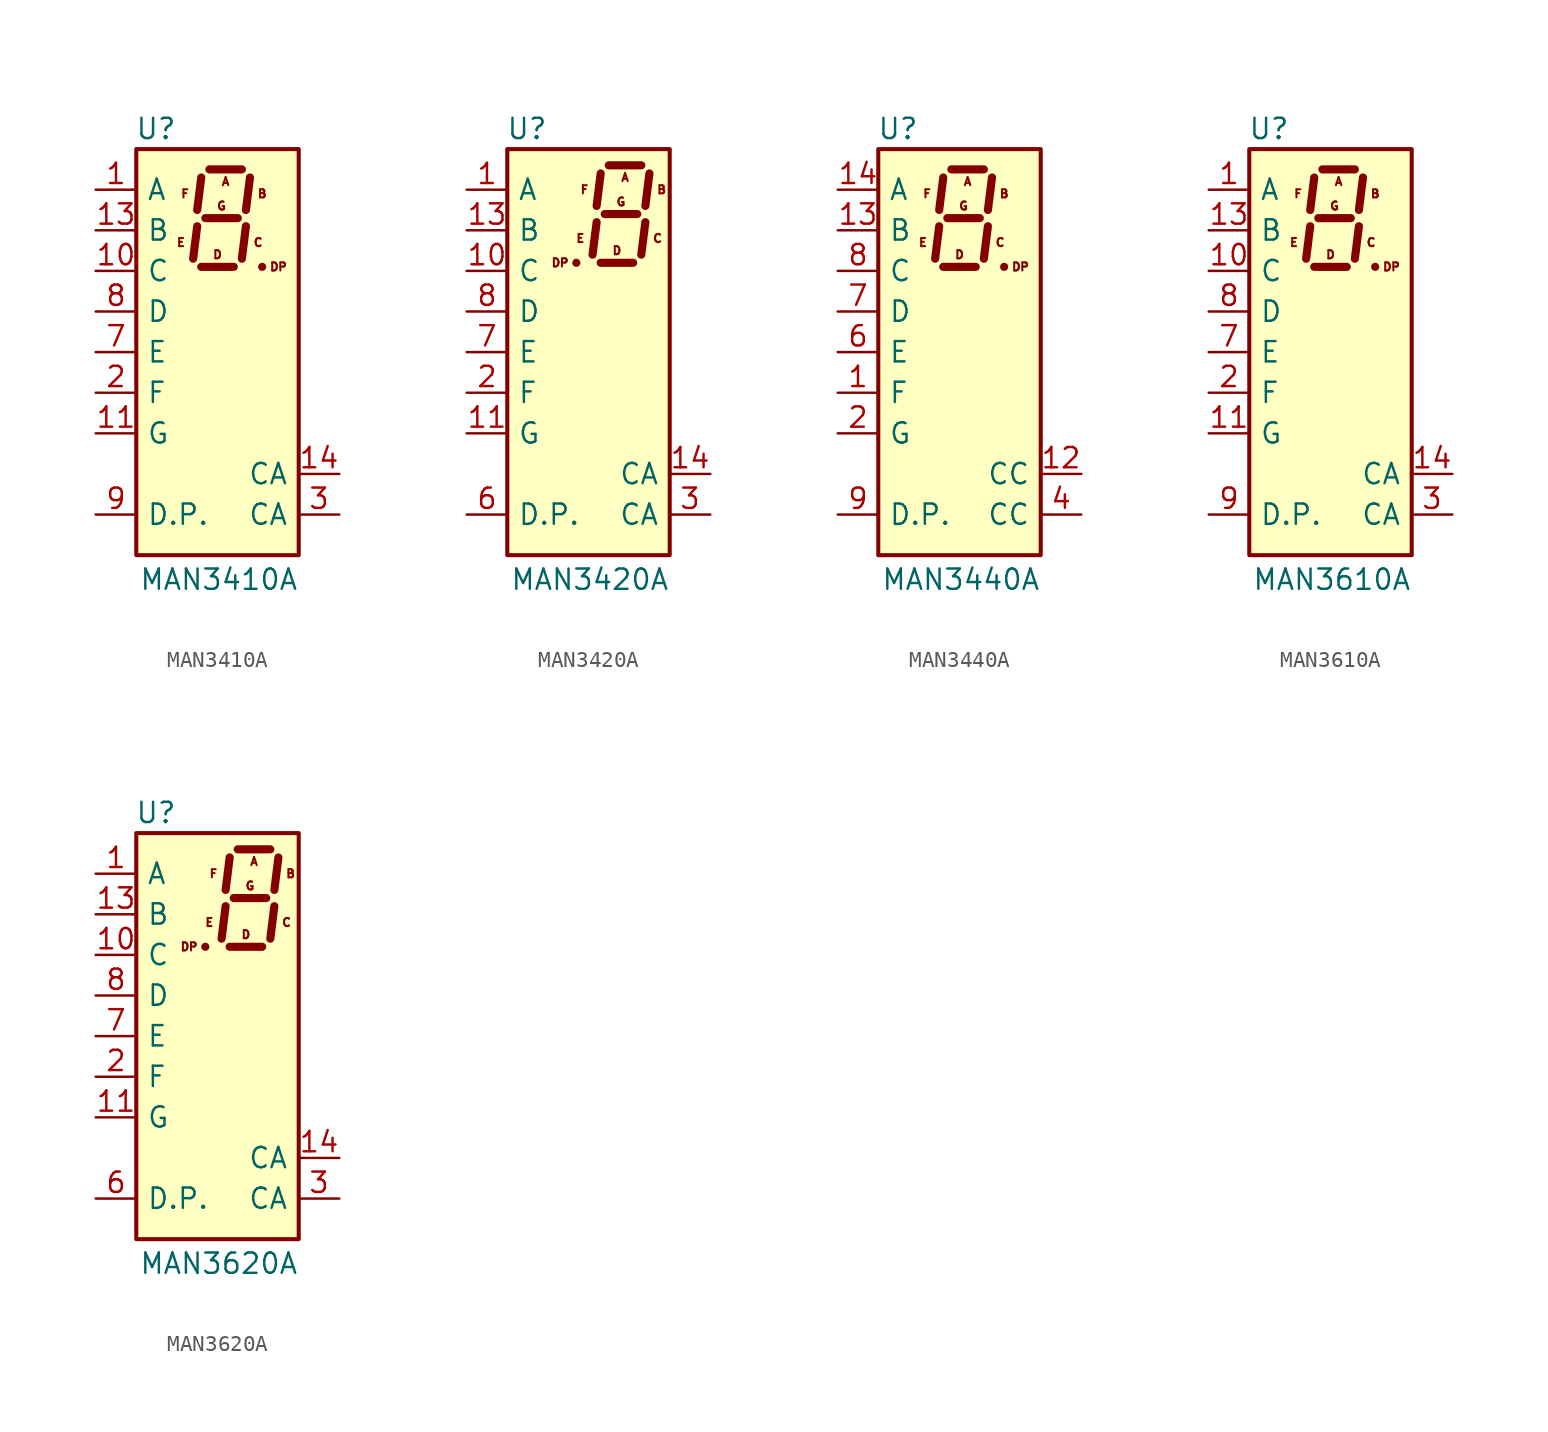
<source format=kicad_sym>
(kicad_symbol_lib
  (version 20200908)
  (generator kicad_symbol_editor)
  (symbol "Display_Character:MAN3410A"
    (pin_names
      (offset 0.635))
    (property "Reference" "U"
      (at -2.54 13.97 0)
      (effects (font (size 1.27 1.27)) (justify right)))
    (property "Value" "MAN3410A"
      (at 5.08 -14.224 0)
      (effects (font (size 1.27 1.27)) (justify right)))
    (symbol "MAN3410A_0_0"
      (text "A" (at 0.508 10.668 0) (effects (font (size 0.508 0.508))))
      (text "B" (at 2.794 9.906 0) (effects (font (size 0.508 0.508))))
      (text "C" (at 2.54 6.858 0) (effects (font (size 0.508 0.508))))
      (text "D" (at 0 6.096 0) (effects (font (size 0.508 0.508))))
      (text "DP" (at 3.81 5.334 0) (effects (font (size 0.508 0.508))))
      (text "E" (at -2.286 6.858 0) (effects (font (size 0.508 0.508))))
      (text "F" (at -2.032 9.906 0) (effects (font (size 0.508 0.508))))
      (text "G" (at 0.254 9.144 0) (effects (font (size 0.508 0.508)))))
    (symbol "MAN3410A_0_1"
      (rectangle (start -5.08 12.7) (end 5.08 -12.7) (stroke (width 0.254)) (fill (type background)))
      (polyline (pts (xy -1.27 7.874) (xy -1.524 5.842)) (stroke (width 0.508)) (fill (type none)))
      (polyline (pts (xy -1.016 5.334) (xy 1.016 5.334)) (stroke (width 0.508)) (fill (type none)))
      (polyline (pts (xy -1.016 10.922) (xy -1.27 8.89)) (stroke (width 0.508)) (fill (type none)))
      (polyline (pts (xy -0.762 8.382) (xy 1.27 8.382)) (stroke (width 0.508)) (fill (type none)))
      (polyline (pts (xy -0.508 11.43) (xy 1.524 11.43)) (stroke (width 0.508)) (fill (type none)))
      (polyline (pts (xy 1.778 7.874) (xy 1.524 5.842)) (stroke (width 0.508)) (fill (type none)))
      (polyline (pts (xy 2.032 10.922) (xy 1.778 8.89)) (stroke (width 0.508)) (fill (type none)))
      (polyline (pts (xy 2.794 5.334) (xy 2.794 5.334)) (stroke (width 0.508)) (fill (type none))))
    (symbol "MAN3410A_1_1"
      (pin input line (at -7.62 10.16 0) (length 2.54) (name "A" (effects (font (size 1.27 1.27)))) (number "1" (effects (font (size 1.27 1.27)))))
      (pin input line (at -7.62 5.08 0) (length 2.54) (name "C" (effects (font (size 1.27 1.27)))) (number "10" (effects (font (size 1.27 1.27)))))
      (pin input line (at -7.62 -5.08 0) (length 2.54) (name "G" (effects (font (size 1.27 1.27)))) (number "11" (effects (font (size 1.27 1.27)))))
      (pin unconnected line (at 7.62 -5.08 180) (length 2.54) hide (name "NC" (effects (font (size 1.27 1.27)))) (number "12" (effects (font (size 1.27 1.27)))))
      (pin input line (at -7.62 7.62 0) (length 2.54) (name "B" (effects (font (size 1.27 1.27)))) (number "13" (effects (font (size 1.27 1.27)))))
      (pin input line (at 7.62 -7.62 180) (length 2.54) (name "CA" (effects (font (size 1.27 1.27)))) (number "14" (effects (font (size 1.27 1.27)))))
      (pin input line (at -7.62 -2.54 0) (length 2.54) (name "F" (effects (font (size 1.27 1.27)))) (number "2" (effects (font (size 1.27 1.27)))))
      (pin input line (at 7.62 -10.16 180) (length 2.54) (name "CA" (effects (font (size 1.27 1.27)))) (number "3" (effects (font (size 1.27 1.27)))))
      (pin unconnected line (at 7.62 2.54 180) (length 2.54) hide (name "NC" (effects (font (size 1.27 1.27)))) (number "4" (effects (font (size 1.27 1.27)))))
      (pin unconnected line (at 7.62 0 180) (length 2.54) hide (name "NC" (effects (font (size 1.27 1.27)))) (number "5" (effects (font (size 1.27 1.27)))))
      (pin unconnected line (at 7.62 -2.54 180) (length 2.54) hide (name "NC" (effects (font (size 1.27 1.27)))) (number "6" (effects (font (size 1.27 1.27)))))
      (pin input line (at -7.62 0 0) (length 2.54) (name "E" (effects (font (size 1.27 1.27)))) (number "7" (effects (font (size 1.27 1.27)))))
      (pin input line (at -7.62 2.54 0) (length 2.54) (name "D" (effects (font (size 1.27 1.27)))) (number "8" (effects (font (size 1.27 1.27)))))
      (pin input line (at -7.62 -10.16 0) (length 2.54) (name "D.P." (effects (font (size 1.27 1.27)))) (number "9" (effects (font (size 1.27 1.27)))))))
  (symbol "Display_Character:MAN3420A"
    (pin_names
      (offset 0.635))
    (property "Reference" "U"
      (at -2.54 13.97 0)
      (effects (font (size 1.27 1.27)) (justify right)))
    (property "Value" "MAN3420A"
      (at 5.08 -14.224 0)
      (effects (font (size 1.27 1.27)) (justify right)))
    (symbol "MAN3420A_0_0"
      (text "A" (at 2.286 10.922 0) (effects (font (size 0.508 0.508))))
      (text "B" (at 4.572 10.16 0) (effects (font (size 0.508 0.508))))
      (text "C" (at 4.318 7.112 0) (effects (font (size 0.508 0.508))))
      (text "D" (at 1.778 6.35 0) (effects (font (size 0.508 0.508))))
      (text "DP" (at -1.778 5.588 0) (effects (font (size 0.508 0.508))))
      (text "E" (at -0.508 7.112 0) (effects (font (size 0.508 0.508))))
      (text "F" (at -0.254 10.16 0) (effects (font (size 0.508 0.508))))
      (text "G" (at 2.032 9.398 0) (effects (font (size 0.508 0.508)))))
    (symbol "MAN3420A_0_1"
      (rectangle (start -5.08 12.7) (end 5.08 -12.7) (stroke (width 0.254)) (fill (type background)))
      (polyline (pts (xy -0.762 5.588) (xy -0.762 5.588)) (stroke (width 0.508)) (fill (type none)))
      (polyline (pts (xy 0.508 8.128) (xy 0.254 6.096)) (stroke (width 0.508)) (fill (type none)))
      (polyline (pts (xy 0.762 5.588) (xy 2.794 5.588)) (stroke (width 0.508)) (fill (type none)))
      (polyline (pts (xy 0.762 11.176) (xy 0.508 9.144)) (stroke (width 0.508)) (fill (type none)))
      (polyline (pts (xy 1.016 8.636) (xy 3.048 8.636)) (stroke (width 0.508)) (fill (type none)))
      (polyline (pts (xy 1.27 11.684) (xy 3.302 11.684)) (stroke (width 0.508)) (fill (type none)))
      (polyline (pts (xy 3.556 8.128) (xy 3.302 6.096)) (stroke (width 0.508)) (fill (type none)))
      (polyline (pts (xy 3.81 11.176) (xy 3.556 9.144)) (stroke (width 0.508)) (fill (type none))))
    (symbol "MAN3420A_1_1"
      (pin input line (at -7.62 10.16 0) (length 2.54) (name "A" (effects (font (size 1.27 1.27)))) (number "1" (effects (font (size 1.27 1.27)))))
      (pin input line (at -7.62 5.08 0) (length 2.54) (name "C" (effects (font (size 1.27 1.27)))) (number "10" (effects (font (size 1.27 1.27)))))
      (pin input line (at -7.62 -5.08 0) (length 2.54) (name "G" (effects (font (size 1.27 1.27)))) (number "11" (effects (font (size 1.27 1.27)))))
      (pin unconnected line (at 7.62 -5.08 180) (length 2.54) hide (name "NC" (effects (font (size 1.27 1.27)))) (number "12" (effects (font (size 1.27 1.27)))))
      (pin input line (at -7.62 7.62 0) (length 2.54) (name "B" (effects (font (size 1.27 1.27)))) (number "13" (effects (font (size 1.27 1.27)))))
      (pin input line (at 7.62 -7.62 180) (length 2.54) (name "CA" (effects (font (size 1.27 1.27)))) (number "14" (effects (font (size 1.27 1.27)))))
      (pin input line (at -7.62 -2.54 0) (length 2.54) (name "F" (effects (font (size 1.27 1.27)))) (number "2" (effects (font (size 1.27 1.27)))))
      (pin input line (at 7.62 -10.16 180) (length 2.54) (name "CA" (effects (font (size 1.27 1.27)))) (number "3" (effects (font (size 1.27 1.27)))))
      (pin unconnected line (at 7.62 2.54 180) (length 2.54) hide (name "NC" (effects (font (size 1.27 1.27)))) (number "4" (effects (font (size 1.27 1.27)))))
      (pin unconnected line (at 7.62 0 180) (length 2.54) hide (name "NC" (effects (font (size 1.27 1.27)))) (number "5" (effects (font (size 1.27 1.27)))))
      (pin input line (at -7.62 -10.16 0) (length 2.54) (name "D.P." (effects (font (size 1.27 1.27)))) (number "6" (effects (font (size 1.27 1.27)))))
      (pin input line (at -7.62 0 0) (length 2.54) (name "E" (effects (font (size 1.27 1.27)))) (number "7" (effects (font (size 1.27 1.27)))))
      (pin input line (at -7.62 2.54 0) (length 2.54) (name "D" (effects (font (size 1.27 1.27)))) (number "8" (effects (font (size 1.27 1.27)))))
      (pin unconnected line (at 7.62 -2.54 180) (length 2.54) hide (name "NC" (effects (font (size 1.27 1.27)))) (number "9" (effects (font (size 1.27 1.27)))))))
  (symbol "Display_Character:MAN3440A"
    (pin_names
      (offset 0.635))
    (property "Reference" "U"
      (at -2.54 13.97 0)
      (effects (font (size 1.27 1.27)) (justify right)))
    (property "Value" "MAN3440A"
      (at 5.08 -14.224 0)
      (effects (font (size 1.27 1.27)) (justify right)))
    (symbol "MAN3440A_0_0"
      (text "A" (at 0.508 10.668 0) (effects (font (size 0.508 0.508))))
      (text "B" (at 2.794 9.906 0) (effects (font (size 0.508 0.508))))
      (text "C" (at 2.54 6.858 0) (effects (font (size 0.508 0.508))))
      (text "D" (at 0 6.096 0) (effects (font (size 0.508 0.508))))
      (text "DP" (at 3.81 5.334 0) (effects (font (size 0.508 0.508))))
      (text "E" (at -2.286 6.858 0) (effects (font (size 0.508 0.508))))
      (text "F" (at -2.032 9.906 0) (effects (font (size 0.508 0.508))))
      (text "G" (at 0.254 9.144 0) (effects (font (size 0.508 0.508)))))
    (symbol "MAN3440A_0_1"
      (rectangle (start -5.08 12.7) (end 5.08 -12.7) (stroke (width 0.254)) (fill (type background)))
      (polyline (pts (xy -1.27 7.874) (xy -1.524 5.842)) (stroke (width 0.508)) (fill (type none)))
      (polyline (pts (xy -1.016 5.334) (xy 1.016 5.334)) (stroke (width 0.508)) (fill (type none)))
      (polyline (pts (xy -1.016 10.922) (xy -1.27 8.89)) (stroke (width 0.508)) (fill (type none)))
      (polyline (pts (xy -0.762 8.382) (xy 1.27 8.382)) (stroke (width 0.508)) (fill (type none)))
      (polyline (pts (xy -0.508 11.43) (xy 1.524 11.43)) (stroke (width 0.508)) (fill (type none)))
      (polyline (pts (xy 1.778 7.874) (xy 1.524 5.842)) (stroke (width 0.508)) (fill (type none)))
      (polyline (pts (xy 2.032 10.922) (xy 1.778 8.89)) (stroke (width 0.508)) (fill (type none)))
      (polyline (pts (xy 2.794 5.334) (xy 2.794 5.334)) (stroke (width 0.508)) (fill (type none))))
    (symbol "MAN3440A_1_1"
      (pin input line (at -7.62 -2.54 0) (length 2.54) (name "F" (effects (font (size 1.27 1.27)))) (number "1" (effects (font (size 1.27 1.27)))))
      (pin unconnected line (at 7.62 -2.54 180) (length 2.54) hide (name "NC" (effects (font (size 1.27 1.27)))) (number "10" (effects (font (size 1.27 1.27)))))
      (pin unconnected line (at 7.62 -5.08 180) (length 2.54) hide (name "NC" (effects (font (size 1.27 1.27)))) (number "11" (effects (font (size 1.27 1.27)))))
      (pin input line (at 7.62 -7.62 180) (length 2.54) (name "CC" (effects (font (size 1.27 1.27)))) (number "12" (effects (font (size 1.27 1.27)))))
      (pin input line (at -7.62 7.62 0) (length 2.54) (name "B" (effects (font (size 1.27 1.27)))) (number "13" (effects (font (size 1.27 1.27)))))
      (pin input line (at -7.62 10.16 0) (length 2.54) (name "A" (effects (font (size 1.27 1.27)))) (number "14" (effects (font (size 1.27 1.27)))))
      (pin input line (at -7.62 -5.08 0) (length 2.54) (name "G" (effects (font (size 1.27 1.27)))) (number "2" (effects (font (size 1.27 1.27)))))
      (pin unconnected line (at 7.62 2.54 180) (length 2.54) hide (name "NC" (effects (font (size 1.27 1.27)))) (number "3" (effects (font (size 1.27 1.27)))))
      (pin input line (at 7.62 -10.16 180) (length 2.54) (name "CC" (effects (font (size 1.27 1.27)))) (number "4" (effects (font (size 1.27 1.27)))))
      (pin unconnected line (at 7.62 0 180) (length 2.54) hide (name "NC" (effects (font (size 1.27 1.27)))) (number "5" (effects (font (size 1.27 1.27)))))
      (pin input line (at -7.62 0 0) (length 2.54) (name "E" (effects (font (size 1.27 1.27)))) (number "6" (effects (font (size 1.27 1.27)))))
      (pin input line (at -7.62 2.54 0) (length 2.54) (name "D" (effects (font (size 1.27 1.27)))) (number "7" (effects (font (size 1.27 1.27)))))
      (pin input line (at -7.62 5.08 0) (length 2.54) (name "C" (effects (font (size 1.27 1.27)))) (number "8" (effects (font (size 1.27 1.27)))))
      (pin input line (at -7.62 -10.16 0) (length 2.54) (name "D.P." (effects (font (size 1.27 1.27)))) (number "9" (effects (font (size 1.27 1.27)))))))
  (symbol "Display_Character:MAN3610A"
    (pin_names
      (offset 0.635))
    (property "Reference" "U"
      (at -2.54 13.97 0)
      (effects (font (size 1.27 1.27)) (justify right)))
    (property "Value" "MAN3610A"
      (at 5.08 -14.224 0)
      (effects (font (size 1.27 1.27)) (justify right)))
    (symbol "MAN3610A_0_0"
      (text "A" (at 0.508 10.668 0) (effects (font (size 0.508 0.508))))
      (text "B" (at 2.794 9.906 0) (effects (font (size 0.508 0.508))))
      (text "C" (at 2.54 6.858 0) (effects (font (size 0.508 0.508))))
      (text "D" (at 0 6.096 0) (effects (font (size 0.508 0.508))))
      (text "DP" (at 3.81 5.334 0) (effects (font (size 0.508 0.508))))
      (text "E" (at -2.286 6.858 0) (effects (font (size 0.508 0.508))))
      (text "F" (at -2.032 9.906 0) (effects (font (size 0.508 0.508))))
      (text "G" (at 0.254 9.144 0) (effects (font (size 0.508 0.508)))))
    (symbol "MAN3610A_0_1"
      (rectangle (start -5.08 12.7) (end 5.08 -12.7) (stroke (width 0.254)) (fill (type background)))
      (polyline (pts (xy -1.27 7.874) (xy -1.524 5.842)) (stroke (width 0.508)) (fill (type none)))
      (polyline (pts (xy -1.016 5.334) (xy 1.016 5.334)) (stroke (width 0.508)) (fill (type none)))
      (polyline (pts (xy -1.016 10.922) (xy -1.27 8.89)) (stroke (width 0.508)) (fill (type none)))
      (polyline (pts (xy -0.762 8.382) (xy 1.27 8.382)) (stroke (width 0.508)) (fill (type none)))
      (polyline (pts (xy -0.508 11.43) (xy 1.524 11.43)) (stroke (width 0.508)) (fill (type none)))
      (polyline (pts (xy 1.778 7.874) (xy 1.524 5.842)) (stroke (width 0.508)) (fill (type none)))
      (polyline (pts (xy 2.032 10.922) (xy 1.778 8.89)) (stroke (width 0.508)) (fill (type none)))
      (polyline (pts (xy 2.794 5.334) (xy 2.794 5.334)) (stroke (width 0.508)) (fill (type none))))
    (symbol "MAN3610A_1_1"
      (pin input line (at -7.62 10.16 0) (length 2.54) (name "A" (effects (font (size 1.27 1.27)))) (number "1" (effects (font (size 1.27 1.27)))))
      (pin input line (at -7.62 5.08 0) (length 2.54) (name "C" (effects (font (size 1.27 1.27)))) (number "10" (effects (font (size 1.27 1.27)))))
      (pin input line (at -7.62 -5.08 0) (length 2.54) (name "G" (effects (font (size 1.27 1.27)))) (number "11" (effects (font (size 1.27 1.27)))))
      (pin unconnected line (at 7.62 -5.08 180) (length 2.54) hide (name "NC" (effects (font (size 1.27 1.27)))) (number "12" (effects (font (size 1.27 1.27)))))
      (pin input line (at -7.62 7.62 0) (length 2.54) (name "B" (effects (font (size 1.27 1.27)))) (number "13" (effects (font (size 1.27 1.27)))))
      (pin input line (at 7.62 -7.62 180) (length 2.54) (name "CA" (effects (font (size 1.27 1.27)))) (number "14" (effects (font (size 1.27 1.27)))))
      (pin input line (at -7.62 -2.54 0) (length 2.54) (name "F" (effects (font (size 1.27 1.27)))) (number "2" (effects (font (size 1.27 1.27)))))
      (pin input line (at 7.62 -10.16 180) (length 2.54) (name "CA" (effects (font (size 1.27 1.27)))) (number "3" (effects (font (size 1.27 1.27)))))
      (pin unconnected line (at 7.62 2.54 180) (length 2.54) hide (name "NC" (effects (font (size 1.27 1.27)))) (number "4" (effects (font (size 1.27 1.27)))))
      (pin unconnected line (at 7.62 0 180) (length 2.54) hide (name "NC" (effects (font (size 1.27 1.27)))) (number "5" (effects (font (size 1.27 1.27)))))
      (pin unconnected line (at 7.62 -2.54 180) (length 2.54) hide (name "NC" (effects (font (size 1.27 1.27)))) (number "6" (effects (font (size 1.27 1.27)))))
      (pin input line (at -7.62 0 0) (length 2.54) (name "E" (effects (font (size 1.27 1.27)))) (number "7" (effects (font (size 1.27 1.27)))))
      (pin input line (at -7.62 2.54 0) (length 2.54) (name "D" (effects (font (size 1.27 1.27)))) (number "8" (effects (font (size 1.27 1.27)))))
      (pin input line (at -7.62 -10.16 0) (length 2.54) (name "D.P." (effects (font (size 1.27 1.27)))) (number "9" (effects (font (size 1.27 1.27)))))))
  (symbol "Display_Character:MAN3620A"
    (pin_names
      (offset 0.635))
    (property "Reference" "U"
      (at -2.54 13.97 0)
      (effects (font (size 1.27 1.27)) (justify right)))
    (property "Value" "MAN3620A"
      (at 5.08 -14.224 0)
      (effects (font (size 1.27 1.27)) (justify right)))
    (symbol "MAN3620A_0_0"
      (text "A" (at 2.286 10.922 0) (effects (font (size 0.508 0.508))))
      (text "B" (at 4.572 10.16 0) (effects (font (size 0.508 0.508))))
      (text "C" (at 4.318 7.112 0) (effects (font (size 0.508 0.508))))
      (text "D" (at 1.778 6.35 0) (effects (font (size 0.508 0.508))))
      (text "DP" (at -1.778 5.588 0) (effects (font (size 0.508 0.508))))
      (text "E" (at -0.508 7.112 0) (effects (font (size 0.508 0.508))))
      (text "F" (at -0.254 10.16 0) (effects (font (size 0.508 0.508))))
      (text "G" (at 2.032 9.398 0) (effects (font (size 0.508 0.508)))))
    (symbol "MAN3620A_0_1"
      (rectangle (start -5.08 12.7) (end 5.08 -12.7) (stroke (width 0.254)) (fill (type background)))
      (polyline (pts (xy -0.762 5.588) (xy -0.762 5.588)) (stroke (width 0.508)) (fill (type none)))
      (polyline (pts (xy 0.508 8.128) (xy 0.254 6.096)) (stroke (width 0.508)) (fill (type none)))
      (polyline (pts (xy 0.762 5.588) (xy 2.794 5.588)) (stroke (width 0.508)) (fill (type none)))
      (polyline (pts (xy 0.762 11.176) (xy 0.508 9.144)) (stroke (width 0.508)) (fill (type none)))
      (polyline (pts (xy 1.016 8.636) (xy 3.048 8.636)) (stroke (width 0.508)) (fill (type none)))
      (polyline (pts (xy 1.27 11.684) (xy 3.302 11.684)) (stroke (width 0.508)) (fill (type none)))
      (polyline (pts (xy 3.556 8.128) (xy 3.302 6.096)) (stroke (width 0.508)) (fill (type none)))
      (polyline (pts (xy 3.81 11.176) (xy 3.556 9.144)) (stroke (width 0.508)) (fill (type none))))
    (symbol "MAN3620A_1_1"
      (pin input line (at -7.62 10.16 0) (length 2.54) (name "A" (effects (font (size 1.27 1.27)))) (number "1" (effects (font (size 1.27 1.27)))))
      (pin input line (at -7.62 5.08 0) (length 2.54) (name "C" (effects (font (size 1.27 1.27)))) (number "10" (effects (font (size 1.27 1.27)))))
      (pin input line (at -7.62 -5.08 0) (length 2.54) (name "G" (effects (font (size 1.27 1.27)))) (number "11" (effects (font (size 1.27 1.27)))))
      (pin unconnected line (at 7.62 -5.08 180) (length 2.54) hide (name "NC" (effects (font (size 1.27 1.27)))) (number "12" (effects (font (size 1.27 1.27)))))
      (pin input line (at -7.62 7.62 0) (length 2.54) (name "B" (effects (font (size 1.27 1.27)))) (number "13" (effects (font (size 1.27 1.27)))))
      (pin input line (at 7.62 -7.62 180) (length 2.54) (name "CA" (effects (font (size 1.27 1.27)))) (number "14" (effects (font (size 1.27 1.27)))))
      (pin input line (at -7.62 -2.54 0) (length 2.54) (name "F" (effects (font (size 1.27 1.27)))) (number "2" (effects (font (size 1.27 1.27)))))
      (pin input line (at 7.62 -10.16 180) (length 2.54) (name "CA" (effects (font (size 1.27 1.27)))) (number "3" (effects (font (size 1.27 1.27)))))
      (pin unconnected line (at 7.62 2.54 180) (length 2.54) hide (name "NC" (effects (font (size 1.27 1.27)))) (number "4" (effects (font (size 1.27 1.27)))))
      (pin unconnected line (at 7.62 0 180) (length 2.54) hide (name "NC" (effects (font (size 1.27 1.27)))) (number "5" (effects (font (size 1.27 1.27)))))
      (pin input line (at -7.62 -10.16 0) (length 2.54) (name "D.P." (effects (font (size 1.27 1.27)))) (number "6" (effects (font (size 1.27 1.27)))))
      (pin input line (at -7.62 0 0) (length 2.54) (name "E" (effects (font (size 1.27 1.27)))) (number "7" (effects (font (size 1.27 1.27)))))
      (pin input line (at -7.62 2.54 0) (length 2.54) (name "D" (effects (font (size 1.27 1.27)))) (number "8" (effects (font (size 1.27 1.27)))))
      (pin unconnected line (at 7.62 -2.54 180) (length 2.54) hide (name "NC" (effects (font (size 1.27 1.27)))) (number "9" (effects (font (size 1.27 1.27))))))))
</source>
